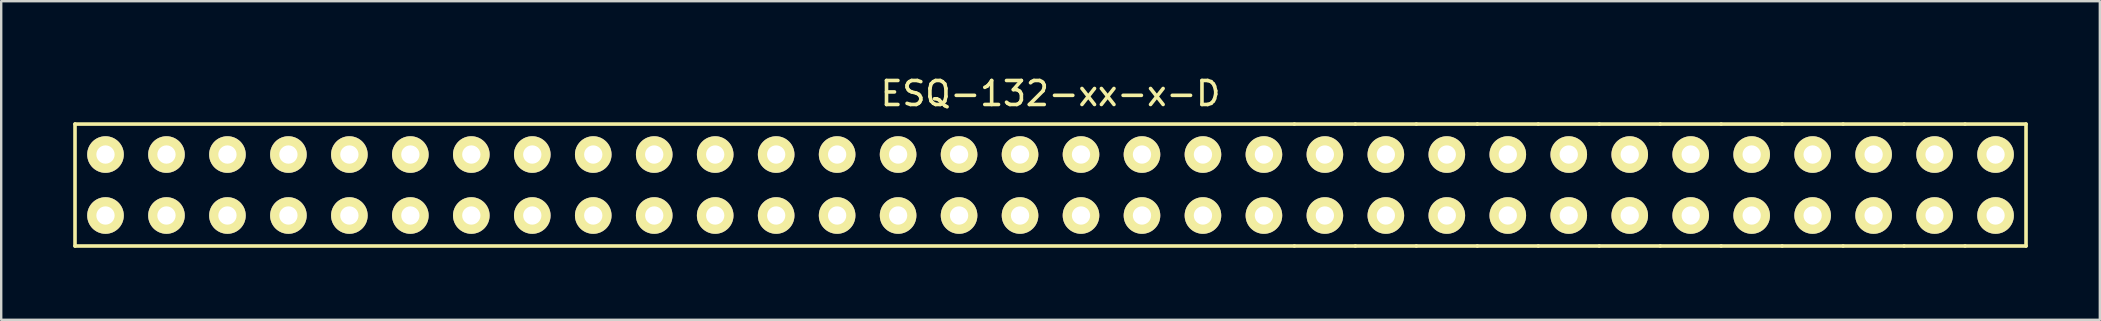
<source format=kicad_pcb>
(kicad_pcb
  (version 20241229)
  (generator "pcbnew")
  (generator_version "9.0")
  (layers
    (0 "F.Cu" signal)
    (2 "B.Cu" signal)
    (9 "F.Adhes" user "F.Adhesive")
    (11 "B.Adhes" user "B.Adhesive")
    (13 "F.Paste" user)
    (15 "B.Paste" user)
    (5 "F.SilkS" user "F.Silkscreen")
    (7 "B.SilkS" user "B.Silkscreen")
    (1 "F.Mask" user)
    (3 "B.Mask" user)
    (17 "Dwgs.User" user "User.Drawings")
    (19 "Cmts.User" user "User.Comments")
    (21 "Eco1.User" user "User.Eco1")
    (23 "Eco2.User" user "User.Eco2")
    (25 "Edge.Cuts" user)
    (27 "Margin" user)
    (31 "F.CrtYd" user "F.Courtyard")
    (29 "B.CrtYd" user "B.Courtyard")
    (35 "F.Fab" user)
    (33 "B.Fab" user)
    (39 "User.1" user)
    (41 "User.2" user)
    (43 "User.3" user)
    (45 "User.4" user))
  (footprint "ESQ-132-xx-x-D"
    (layer "F.Cu")
    (at 40.715 4.658)
    (property "Reference" "ESQ-132-xx-x-D" (at 0 -3.81 0) (layer "F.SilkS") (effects (font (size 1 1) (thickness 0.15))))
    (attr through_hole)
    (fp_line (start -40.64 -2.54) (end 10.16 -2.54) (stroke (width 0.15) (type solid)) (layer "F.SilkS"))
    (fp_line (start -40.64 2.54) (end -40.64 -2.54) (stroke (width 0.15) (type solid)) (layer "F.SilkS"))
    (fp_line (start 10.16 -2.54) (end 12.7 -2.54) (stroke (width 0.15) (type solid)) (layer "F.SilkS"))
    (fp_line (start 10.16 2.54) (end -40.64 2.54) (stroke (width 0.15) (type solid)) (layer "F.SilkS"))
    (fp_line (start 12.7 -2.54) (end 15.24 -2.54) (stroke (width 0.15) (type solid)) (layer "F.SilkS"))
    (fp_line (start 12.7 2.54) (end 10.16 2.54) (stroke (width 0.15) (type solid)) (layer "F.SilkS"))
    (fp_line (start 15.24 -2.54) (end 17.78 -2.54) (stroke (width 0.15) (type solid)) (layer "F.SilkS"))
    (fp_line (start 15.24 2.54) (end 12.7 2.54) (stroke (width 0.15) (type solid)) (layer "F.SilkS"))
    (fp_line (start 17.78 -2.54) (end 20.32 -2.54) (stroke (width 0.15) (type solid)) (layer "F.SilkS"))
    (fp_line (start 17.78 2.54) (end 15.24 2.54) (stroke (width 0.15) (type solid)) (layer "F.SilkS"))
    (fp_line (start 20.32 -2.54) (end 22.86 -2.54) (stroke (width 0.15) (type solid)) (layer "F.SilkS"))
    (fp_line (start 20.32 2.54) (end 17.78 2.54) (stroke (width 0.15) (type solid)) (layer "F.SilkS"))
    (fp_line (start 22.86 -2.54) (end 25.4 -2.54) (stroke (width 0.15) (type solid)) (layer "F.SilkS"))
    (fp_line (start 22.86 2.54) (end 20.32 2.54) (stroke (width 0.15) (type solid)) (layer "F.SilkS"))
    (fp_line (start 25.4 -2.54) (end 27.94 -2.54) (stroke (width 0.15) (type solid)) (layer "F.SilkS"))
    (fp_line (start 25.4 2.54) (end 22.86 2.54) (stroke (width 0.15) (type solid)) (layer "F.SilkS"))
    (fp_line (start 27.94 -2.54) (end 30.48 -2.54) (stroke (width 0.15) (type solid)) (layer "F.SilkS"))
    (fp_line (start 27.94 2.54) (end 25.4 2.54) (stroke (width 0.15) (type solid)) (layer "F.SilkS"))
    (fp_line (start 30.48 -2.54) (end 33.02 -2.54) (stroke (width 0.15) (type solid)) (layer "F.SilkS"))
    (fp_line (start 30.48 2.54) (end 27.94 2.54) (stroke (width 0.15) (type solid)) (layer "F.SilkS"))
    (fp_line (start 33.02 -2.54) (end 35.56 -2.54) (stroke (width 0.15) (type solid)) (layer "F.SilkS"))
    (fp_line (start 33.02 2.54) (end 30.48 2.54) (stroke (width 0.15) (type solid)) (layer "F.SilkS"))
    (fp_line (start 35.56 -2.54) (end 38.1 -2.54) (stroke (width 0.15) (type solid)) (layer "F.SilkS"))
    (fp_line (start 35.56 2.54) (end 33.02 2.54) (stroke (width 0.15) (type solid)) (layer "F.SilkS"))
    (fp_line (start 38.1 -2.54) (end 40.64 -2.54) (stroke (width 0.15) (type solid)) (layer "F.SilkS"))
    (fp_line (start 38.1 2.54) (end 35.56 2.54) (stroke (width 0.15) (type solid)) (layer "F.SilkS"))
    (fp_line (start 40.64 -2.54) (end 40.64 2.54) (stroke (width 0.15) (type solid)) (layer "F.SilkS"))
    (fp_line (start 40.64 2.54) (end 38.1 2.54) (stroke (width 0.15) (type solid)) (layer "F.SilkS"))
    (pad "1" thru_hole circle (at -39.37 -1.27) (size 1.524 1.524) (drill 0.762) (layers "*.Mask" "B.Cu" "F.SilkS"))
    (pad "2" thru_hole circle (at -39.37 1.27) (size 1.524 1.524) (drill 0.762) (layers "*.Mask" "B.Cu" "F.SilkS"))
    (pad "3" thru_hole circle (at -36.83 -1.27) (size 1.524 1.524) (drill 0.762) (layers "*.Mask" "B.Cu" "F.SilkS"))
    (pad "4" thru_hole circle (at -36.83 1.27) (size 1.524 1.524) (drill 0.762) (layers "*.Mask" "B.Cu" "F.SilkS"))
    (pad "5" thru_hole circle (at -34.29 -1.27) (size 1.524 1.524) (drill 0.762) (layers "*.Mask" "B.Cu" "F.SilkS"))
    (pad "6" thru_hole circle (at -34.29 1.27) (size 1.524 1.524) (drill 0.762) (layers "*.Mask" "B.Cu" "F.SilkS"))
    (pad "7" thru_hole circle (at -31.75 -1.27) (size 1.524 1.524) (drill 0.762) (layers "*.Mask" "B.Cu" "F.SilkS"))
    (pad "8" thru_hole circle (at -31.75 1.27) (size 1.524 1.524) (drill 0.762) (layers "*.Mask" "B.Cu" "F.SilkS"))
    (pad "9" thru_hole circle (at -29.21 -1.27) (size 1.524 1.524) (drill 0.762) (layers "*.Mask" "B.Cu" "F.SilkS"))
    (pad "10" thru_hole circle (at -29.21 1.27) (size 1.524 1.524) (drill 0.762) (layers "*.Mask" "B.Cu" "F.SilkS"))
    (pad "11" thru_hole circle (at -26.67 -1.27) (size 1.524 1.524) (drill 0.762) (layers "*.Mask" "B.Cu" "F.SilkS"))
    (pad "12" thru_hole circle (at -26.67 1.27) (size 1.524 1.524) (drill 0.762) (layers "*.Mask" "B.Cu" "F.SilkS"))
    (pad "13" thru_hole circle (at -24.13 -1.27) (size 1.524 1.524) (drill 0.762) (layers "*.Mask" "B.Cu" "F.SilkS"))
    (pad "14" thru_hole circle (at -24.13 1.27) (size 1.524 1.524) (drill 0.762) (layers "*.Mask" "B.Cu" "F.SilkS"))
    (pad "15" thru_hole circle (at -21.59 -1.27) (size 1.524 1.524) (drill 0.762) (layers "*.Mask" "B.Cu" "F.SilkS"))
    (pad "16" thru_hole circle (at -21.59 1.27) (size 1.524 1.524) (drill 0.762) (layers "*.Mask" "B.Cu" "F.SilkS"))
    (pad "17" thru_hole circle (at -19.05 -1.27) (size 1.524 1.524) (drill 0.762) (layers "*.Mask" "B.Cu" "F.SilkS"))
    (pad "18" thru_hole circle (at -19.05 1.27) (size 1.524 1.524) (drill 0.762) (layers "*.Mask" "B.Cu" "F.SilkS"))
    (pad "19" thru_hole circle (at -16.51 -1.27) (size 1.524 1.524) (drill 0.762) (layers "*.Mask" "B.Cu" "F.SilkS"))
    (pad "20" thru_hole circle (at -16.51 1.27) (size 1.524 1.524) (drill 0.762) (layers "*.Mask" "B.Cu" "F.SilkS"))
    (pad "21" thru_hole circle (at -13.97 -1.27) (size 1.524 1.524) (drill 0.762) (layers "*.Mask" "B.Cu" "F.SilkS"))
    (pad "22" thru_hole circle (at -13.97 1.27) (size 1.524 1.524) (drill 0.762) (layers "*.Mask" "B.Cu" "F.SilkS"))
    (pad "23" thru_hole circle (at -11.43 -1.27) (size 1.524 1.524) (drill 0.762) (layers "*.Mask" "B.Cu" "F.SilkS"))
    (pad "24" thru_hole circle (at -11.43 1.27) (size 1.524 1.524) (drill 0.762) (layers "*.Mask" "B.Cu" "F.SilkS"))
    (pad "25" thru_hole circle (at -8.89 -1.27) (size 1.524 1.524) (drill 0.762) (layers "*.Mask" "B.Cu" "F.SilkS"))
    (pad "26" thru_hole circle (at -8.89 1.27) (size 1.524 1.524) (drill 0.762) (layers "*.Mask" "B.Cu" "F.SilkS"))
    (pad "27" thru_hole circle (at -6.35 -1.27) (size 1.524 1.524) (drill 0.762) (layers "*.Mask" "B.Cu" "F.SilkS"))
    (pad "28" thru_hole circle (at -6.35 1.27) (size 1.524 1.524) (drill 0.762) (layers "*.Mask" "B.Cu" "F.SilkS"))
    (pad "29" thru_hole circle (at -3.81 -1.27) (size 1.524 1.524) (drill 0.762) (layers "*.Mask" "B.Cu" "F.SilkS"))
    (pad "30" thru_hole circle (at -3.81 1.27) (size 1.524 1.524) (drill 0.762) (layers "*.Mask" "B.Cu" "F.SilkS"))
    (pad "31" thru_hole circle (at -1.27 -1.27) (size 1.524 1.524) (drill 0.762) (layers "*.Mask" "B.Cu" "F.SilkS"))
    (pad "32" thru_hole circle (at -1.27 1.27) (size 1.524 1.524) (drill 0.762) (layers "*.Mask" "B.Cu" "F.SilkS"))
    (pad "33" thru_hole circle (at 1.27 -1.27) (size 1.524 1.524) (drill 0.762) (layers "*.Mask" "B.Cu" "F.SilkS"))
    (pad "34" thru_hole circle (at 1.27 1.27) (size 1.524 1.524) (drill 0.762) (layers "*.Mask" "B.Cu" "F.SilkS"))
    (pad "35" thru_hole circle (at 3.81 -1.27) (size 1.524 1.524) (drill 0.762) (layers "*.Mask" "B.Cu" "F.SilkS"))
    (pad "36" thru_hole circle (at 3.81 1.27) (size 1.524 1.524) (drill 0.762) (layers "*.Mask" "B.Cu" "F.SilkS"))
    (pad "37" thru_hole circle (at 6.35 -1.27) (size 1.524 1.524) (drill 0.762) (layers "*.Mask" "B.Cu" "F.SilkS"))
    (pad "38" thru_hole circle (at 6.35 1.27) (size 1.524 1.524) (drill 0.762) (layers "*.Mask" "B.Cu" "F.SilkS"))
    (pad "39" thru_hole circle (at 8.89 -1.27) (size 1.524 1.524) (drill 0.762) (layers "*.Mask" "B.Cu" "F.SilkS"))
    (pad "40" thru_hole circle (at 8.89 1.27) (size 1.524 1.524) (drill 0.762) (layers "*.Mask" "B.Cu" "F.SilkS"))
    (pad "41" thru_hole circle (at 11.43 -1.27) (size 1.524 1.524) (drill 0.762) (layers "*.Mask" "B.Cu" "F.SilkS"))
    (pad "42" thru_hole circle (at 11.43 1.27) (size 1.524 1.524) (drill 0.762) (layers "*.Mask" "B.Cu" "F.SilkS"))
    (pad "43" thru_hole circle (at 13.97 -1.27) (size 1.524 1.524) (drill 0.762) (layers "*.Mask" "B.Cu" "F.SilkS"))
    (pad "44" thru_hole circle (at 13.97 1.27) (size 1.524 1.524) (drill 0.762) (layers "*.Mask" "B.Cu" "F.SilkS"))
    (pad "45" thru_hole circle (at 16.51 -1.27) (size 1.524 1.524) (drill 0.762) (layers "*.Mask" "B.Cu" "F.SilkS"))
    (pad "46" thru_hole circle (at 16.51 1.27) (size 1.524 1.524) (drill 0.762) (layers "*.Mask" "B.Cu" "F.SilkS"))
    (pad "47" thru_hole circle (at 19.05 -1.27) (size 1.524 1.524) (drill 0.762) (layers "*.Mask" "B.Cu" "F.SilkS"))
    (pad "48" thru_hole circle (at 19.05 1.27) (size 1.524 1.524) (drill 0.762) (layers "*.Mask" "B.Cu" "F.SilkS"))
    (pad "49" thru_hole circle (at 21.59 -1.27) (size 1.524 1.524) (drill 0.762) (layers "*.Mask" "B.Cu" "F.SilkS"))
    (pad "50" thru_hole circle (at 21.59 1.27) (size 1.524 1.524) (drill 0.762) (layers "*.Mask" "B.Cu" "F.SilkS"))
    (pad "51" thru_hole circle (at 24.13 -1.27) (size 1.524 1.524) (drill 0.762) (layers "*.Mask" "B.Cu" "F.SilkS"))
    (pad "52" thru_hole circle (at 24.13 1.27) (size 1.524 1.524) (drill 0.762) (layers "*.Mask" "B.Cu" "F.SilkS"))
    (pad "53" thru_hole circle (at 26.67 -1.27) (size 1.524 1.524) (drill 0.762) (layers "*.Mask" "B.Cu" "F.SilkS"))
    (pad "54" thru_hole circle (at 26.67 1.27) (size 1.524 1.524) (drill 0.762) (layers "*.Mask" "B.Cu" "F.SilkS"))
    (pad "55" thru_hole circle (at 29.21 -1.27) (size 1.524 1.524) (drill 0.762) (layers "*.Mask" "B.Cu" "F.SilkS"))
    (pad "56" thru_hole circle (at 29.21 1.27) (size 1.524 1.524) (drill 0.762) (layers "*.Mask" "B.Cu" "F.SilkS"))
    (pad "57" thru_hole circle (at 31.75 -1.27) (size 1.524 1.524) (drill 0.762) (layers "*.Mask" "B.Cu" "F.SilkS"))
    (pad "58" thru_hole circle (at 31.75 1.27) (size 1.524 1.524) (drill 0.762) (layers "*.Mask" "B.Cu" "F.SilkS"))
    (pad "59" thru_hole circle (at 34.29 -1.27) (size 1.524 1.524) (drill 0.762) (layers "*.Mask" "B.Cu" "F.SilkS"))
    (pad "60" thru_hole circle (at 34.29 1.27) (size 1.524 1.524) (drill 0.762) (layers "*.Mask" "B.Cu" "F.SilkS"))
    (pad "61" thru_hole circle (at 36.83 -1.27) (size 1.524 1.524) (drill 0.762) (layers "*.Mask" "B.Cu" "F.SilkS"))
    (pad "62" thru_hole circle (at 36.83 1.27) (size 1.524 1.524) (drill 0.762) (layers "*.Mask" "B.Cu" "F.SilkS"))
    (pad "63" thru_hole circle (at 39.37 -1.27) (size 1.524 1.524) (drill 0.762) (layers "*.Mask" "B.Cu" "F.SilkS"))
    (pad "64" thru_hole circle (at 39.37 1.27) (size 1.524 1.524) (drill 0.762) (layers "*.Mask" "B.Cu" "F.SilkS")))
  (gr_rect
    (start -3 -3)
    (end 84.43 10.273)
    (stroke (width 0.1) (type default))
    (fill no)
    (layer "Edge.Cuts")))
</source>
